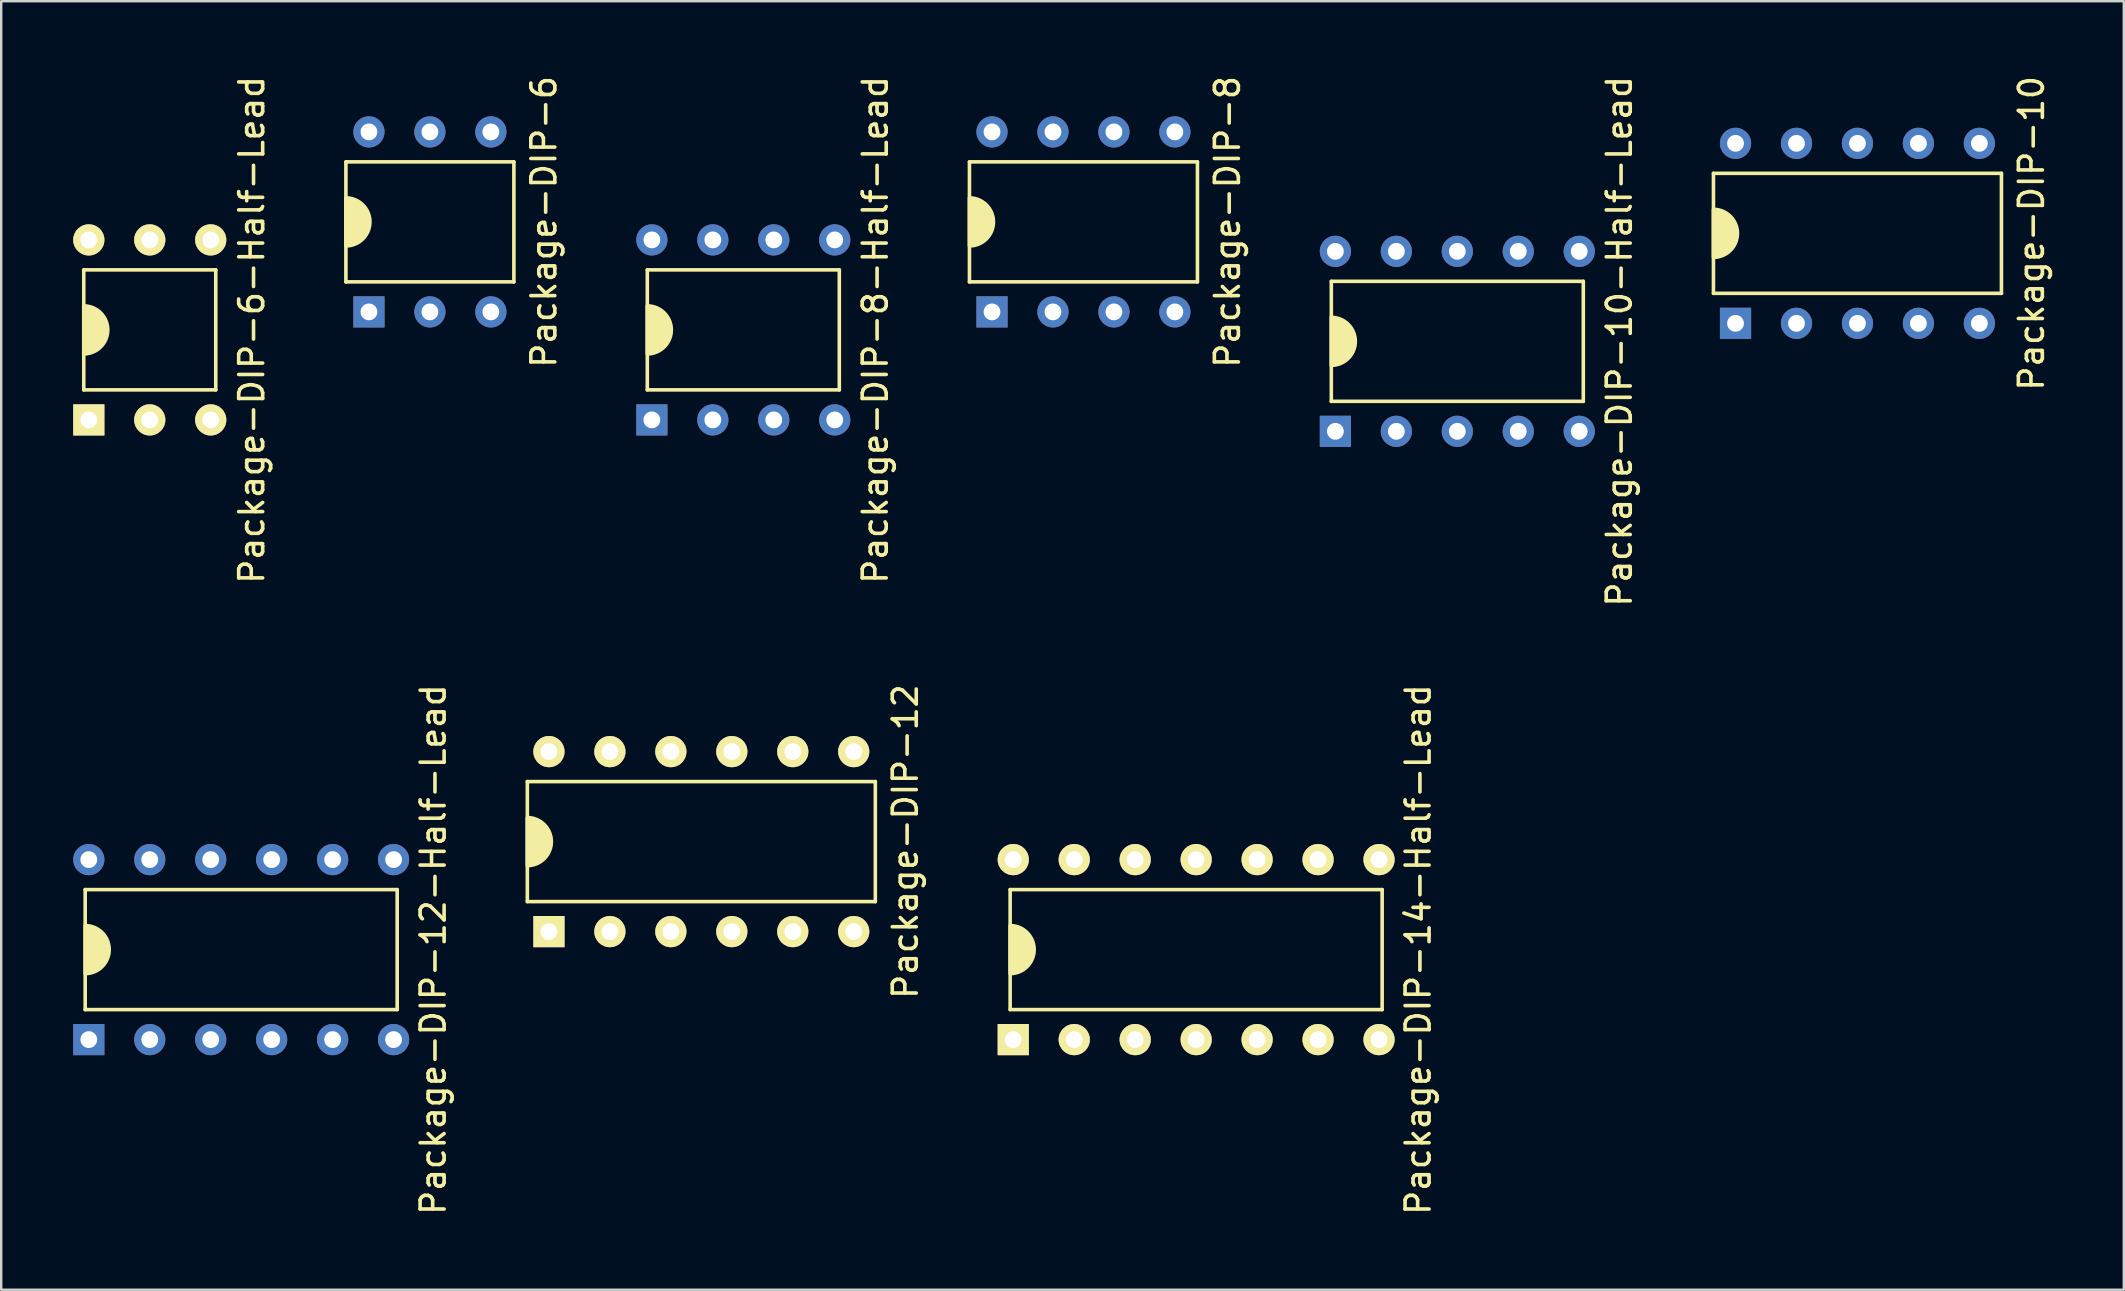
<source format=kicad_pcb>
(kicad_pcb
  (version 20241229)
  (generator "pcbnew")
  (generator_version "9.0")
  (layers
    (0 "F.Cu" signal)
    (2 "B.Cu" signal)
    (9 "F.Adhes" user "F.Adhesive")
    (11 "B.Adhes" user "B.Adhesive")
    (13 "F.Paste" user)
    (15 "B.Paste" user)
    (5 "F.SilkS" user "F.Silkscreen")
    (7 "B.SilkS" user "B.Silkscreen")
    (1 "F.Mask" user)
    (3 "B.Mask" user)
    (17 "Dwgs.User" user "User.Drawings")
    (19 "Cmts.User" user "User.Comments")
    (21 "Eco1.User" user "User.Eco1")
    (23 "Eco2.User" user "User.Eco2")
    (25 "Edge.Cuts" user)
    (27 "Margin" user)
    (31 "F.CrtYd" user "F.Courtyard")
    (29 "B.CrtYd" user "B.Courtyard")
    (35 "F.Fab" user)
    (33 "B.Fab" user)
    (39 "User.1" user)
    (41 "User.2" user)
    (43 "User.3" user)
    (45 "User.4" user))
  (footprint "Package-DIP-14-Half-Lead"
    (layer "F.Cu")
    (at 46.791 36.518)
    (property "Reference" "Package-DIP-14-Half-Lead" (at 9.25 0 90) (layer "F.SilkS") (effects (font (size 1 1) (thickness 0.15))))
    (attr through_hole)
    (fp_line (start -7.75 -2.5) (end 7.75 -2.5) (stroke (width 0.15) (type solid)) (layer "F.SilkS"))
    (fp_line (start -7.75 2.5) (end -7.75 -2.5) (stroke (width 0.15) (type solid)) (layer "F.SilkS"))
    (fp_line (start 7.75 -2.5) (end 7.75 2.5) (stroke (width 0.15) (type solid)) (layer "F.SilkS"))
    (fp_line (start 7.75 2.5) (end -7.75 2.5) (stroke (width 0.15) (type solid)) (layer "F.SilkS"))
    (fp_poly (pts (arc (start -7.75 -1) (mid -6.75 0) (end -7.75 1))) (stroke (width 0.15) (type solid)) (fill yes) (layer "F.SilkS"))
    (pad "1" thru_hole rect (at -7.62 3.75) (size 1.3 1.3) (drill 0.7) (layers "*.Cu" "*.Mask" "F.SilkS"))
    (pad "2" thru_hole circle (at -5.08 3.75) (size 1.3 1.3) (drill 0.7) (layers "*.Cu" "*.Mask" "F.SilkS"))
    (pad "3" thru_hole circle (at -2.54 3.75) (size 1.3 1.3) (drill 0.7) (layers "*.Cu" "*.Mask" "F.SilkS"))
    (pad "4" thru_hole circle (at 0 3.75) (size 1.3 1.3) (drill 0.7) (layers "*.Cu" "*.Mask" "F.SilkS"))
    (pad "5" thru_hole circle (at 2.54 3.75) (size 1.3 1.3) (drill 0.7) (layers "*.Cu" "*.Mask" "F.SilkS"))
    (pad "6" thru_hole circle (at 5.08 3.75) (size 1.3 1.3) (drill 0.7) (layers "*.Cu" "*.Mask" "F.SilkS"))
    (pad "7" thru_hole circle (at 7.62 3.75) (size 1.3 1.3) (drill 0.7) (layers "*.Cu" "*.Mask" "F.SilkS"))
    (pad "8" thru_hole circle (at 7.62 -3.75) (size 1.3 1.3) (drill 0.7) (layers "*.Cu" "*.Mask" "F.SilkS"))
    (pad "9" thru_hole circle (at 5.08 -3.75) (size 1.3 1.3) (drill 0.7) (layers "*.Cu" "*.Mask" "F.SilkS"))
    (pad "10" thru_hole circle (at 2.54 -3.75) (size 1.3 1.3) (drill 0.7) (layers "*.Cu" "*.Mask" "F.SilkS"))
    (pad "11" thru_hole circle (at 0 -3.75) (size 1.3 1.3) (drill 0.7) (layers "*.Cu" "*.Mask" "F.SilkS"))
    (pad "12" thru_hole circle (at -2.54 -3.75) (size 1.3 1.3) (drill 0.7) (layers "*.Cu" "*.Mask" "F.SilkS"))
    (pad "13" thru_hole circle (at -5.08 -3.75) (size 1.3 1.3) (drill 0.7) (layers "*.Cu" "*.Mask" "F.SilkS"))
    (pad "14" thru_hole circle (at -7.62 -3.75) (size 1.3 1.3) (drill 0.7) (layers "*.Cu" "*.Mask" "F.SilkS")))
  (footprint "Package-DIP-6"
    (layer "F.Cu")
    (at 14.863 6.196)
    (property "Reference" "Package-DIP-6" (at 4.75 0 90) (layer "F.SilkS") (effects (font (size 1 1) (thickness 0.15))))
    (attr through_hole)
    (fp_line (start -3.5 -2.5) (end 3.5 -2.5) (stroke (width 0.15) (type solid)) (layer "F.SilkS"))
    (fp_line (start -3.5 2.5) (end -3.5 -2.5) (stroke (width 0.15) (type solid)) (layer "F.SilkS"))
    (fp_line (start 3.5 -2.5) (end 3.5 2.5) (stroke (width 0.15) (type solid)) (layer "F.SilkS"))
    (fp_line (start 3.5 2.5) (end -3.5 2.5) (stroke (width 0.15) (type solid)) (layer "F.SilkS"))
    (fp_poly (pts (arc (start -3.5 -1) (mid -2.5 0) (end -3.5 1))) (stroke (width 0.15) (type solid)) (fill yes) (layer "F.SilkS"))
    (pad "1" thru_hole rect (at -2.54 3.75) (size 1.3 1.3) (drill 0.7) (layers "*.Cu" "*.Mask"))
    (pad "2" thru_hole circle (at 0 3.75) (size 1.3 1.3) (drill 0.7) (layers "*.Cu" "*.Mask"))
    (pad "3" thru_hole circle (at 2.54 3.75) (size 1.3 1.3) (drill 0.7) (layers "*.Cu" "*.Mask"))
    (pad "4" thru_hole circle (at 2.54 -3.75) (size 1.3 1.3) (drill 0.7) (layers "*.Cu" "*.Mask"))
    (pad "5" thru_hole circle (at 0 -3.75) (size 1.3 1.3) (drill 0.7) (layers "*.Cu" "*.Mask"))
    (pad "6" thru_hole circle (at -2.54 -3.75) (size 1.3 1.3) (drill 0.7) (layers "*.Cu" "*.Mask")))
  (footprint "Package-DIP-10"
    (layer "F.Cu")
    (at 74.346 6.673)
    (property "Reference" "Package-DIP-10" (at 7.25 0 90) (layer "F.SilkS") (effects (font (size 1 1) (thickness 0.15))))
    (attr through_hole)
    (fp_line (start -6 -2.5) (end 6 -2.5) (stroke (width 0.15) (type solid)) (layer "F.SilkS"))
    (fp_line (start -6 2.5) (end -6 -2.5) (stroke (width 0.15) (type solid)) (layer "F.SilkS"))
    (fp_line (start 6 -2.5) (end 6 2.5) (stroke (width 0.15) (type solid)) (layer "F.SilkS"))
    (fp_line (start 6 2.5) (end -6 2.5) (stroke (width 0.15) (type solid)) (layer "F.SilkS"))
    (fp_poly (pts (arc (start -6 -1) (mid -5 0) (end -6 1))) (stroke (width 0.15) (type solid)) (fill yes) (layer "F.SilkS"))
    (pad "1" thru_hole rect (at -5.08 3.75) (size 1.3 1.3) (drill 0.7) (layers "*.Cu" "*.Mask"))
    (pad "2" thru_hole circle (at -2.54 3.75) (size 1.3 1.3) (drill 0.7) (layers "*.Cu" "*.Mask"))
    (pad "3" thru_hole circle (at 0 3.75) (size 1.3 1.3) (drill 0.7) (layers "*.Cu" "*.Mask"))
    (pad "4" thru_hole circle (at 2.54 3.75) (size 1.3 1.3) (drill 0.7) (layers "*.Cu" "*.Mask"))
    (pad "5" thru_hole circle (at 5.08 3.75) (size 1.3 1.3) (drill 0.7) (layers "*.Cu" "*.Mask"))
    (pad "6" thru_hole circle (at 5.08 -3.75) (size 1.3 1.3) (drill 0.7) (layers "*.Cu" "*.Mask"))
    (pad "7" thru_hole circle (at 2.54 -3.75) (size 1.3 1.3) (drill 0.7) (layers "*.Cu" "*.Mask"))
    (pad "8" thru_hole circle (at 0 -3.75) (size 1.3 1.3) (drill 0.7) (layers "*.Cu" "*.Mask"))
    (pad "9" thru_hole circle (at -2.54 -3.75) (size 1.3 1.3) (drill 0.7) (layers "*.Cu" "*.Mask"))
    (pad "10" thru_hole circle (at -5.08 -3.75) (size 1.3 1.3) (drill 0.7) (layers "*.Cu" "*.Mask")))
  (footprint "Package-DIP-12"
    (layer "F.Cu")
    (at 26.173 32.018)
    (property "Reference" "Package-DIP-12" (at 8.5 0 90) (layer "F.SilkS") (effects (font (size 1 1) (thickness 0.15))))
    (attr through_hole)
    (fp_line (start -7.25 -2.5) (end 7.25 -2.5) (stroke (width 0.15) (type solid)) (layer "F.SilkS"))
    (fp_line (start -7.25 2.5) (end -7.25 -2.5) (stroke (width 0.15) (type solid)) (layer "F.SilkS"))
    (fp_line (start 7.25 -2.5) (end 7.25 2.5) (stroke (width 0.15) (type solid)) (layer "F.SilkS"))
    (fp_line (start 7.25 2.5) (end -7.25 2.5) (stroke (width 0.15) (type solid)) (layer "F.SilkS"))
    (fp_poly (pts (arc (start -7.25 -1) (mid -6.25 0) (end -7.25 1))) (stroke (width 0.15) (type solid)) (fill yes) (layer "F.SilkS"))
    (pad "1" thru_hole rect (at -6.35 3.75) (size 1.3 1.3) (drill 0.7) (layers "*.Cu" "*.Mask" "F.SilkS"))
    (pad "2" thru_hole circle (at -3.81 3.75) (size 1.3 1.3) (drill 0.7) (layers "*.Cu" "*.Mask" "F.SilkS"))
    (pad "3" thru_hole circle (at -1.27 3.75) (size 1.3 1.3) (drill 0.7) (layers "*.Cu" "*.Mask" "F.SilkS"))
    (pad "4" thru_hole circle (at 1.27 3.75) (size 1.3 1.3) (drill 0.7) (layers "*.Cu" "*.Mask" "F.SilkS"))
    (pad "5" thru_hole circle (at 3.81 3.75) (size 1.3 1.3) (drill 0.7) (layers "*.Cu" "*.Mask" "F.SilkS"))
    (pad "6" thru_hole circle (at 6.35 3.75) (size 1.3 1.3) (drill 0.7) (layers "*.Cu" "*.Mask" "F.SilkS"))
    (pad "7" thru_hole circle (at 6.35 -3.75) (size 1.3 1.3) (drill 0.7) (layers "*.Cu" "*.Mask" "F.SilkS"))
    (pad "8" thru_hole circle (at 3.81 -3.75) (size 1.3 1.3) (drill 0.7) (layers "*.Cu" "*.Mask" "F.SilkS"))
    (pad "9" thru_hole circle (at 1.27 -3.75) (size 1.3 1.3) (drill 0.7) (layers "*.Cu" "*.Mask" "F.SilkS"))
    (pad "10" thru_hole circle (at -1.27 -3.75) (size 1.3 1.3) (drill 0.7) (layers "*.Cu" "*.Mask" "F.SilkS"))
    (pad "11" thru_hole circle (at -3.81 -3.75) (size 1.3 1.3) (drill 0.7) (layers "*.Cu" "*.Mask" "F.SilkS"))
    (pad "12" thru_hole circle (at -6.35 -3.75) (size 1.3 1.3) (drill 0.7) (layers "*.Cu" "*.Mask" "F.SilkS")))
  (footprint "Package-DIP-10-Half-Lead"
    (layer "F.Cu")
    (at 57.673 11.173)
    (property "Reference" "Package-DIP-10-Half-Lead" (at 6.75 0 90) (layer "F.SilkS") (effects (font (size 1 1) (thickness 0.15))))
    (attr through_hole)
    (fp_line (start -5.25 -2.5) (end 5.25 -2.5) (stroke (width 0.15) (type solid)) (layer "F.SilkS"))
    (fp_line (start -5.25 2.5) (end -5.25 -2.5) (stroke (width 0.15) (type solid)) (layer "F.SilkS"))
    (fp_line (start 5.25 -2.5) (end 5.25 2.5) (stroke (width 0.15) (type solid)) (layer "F.SilkS"))
    (fp_line (start 5.25 2.5) (end -5.25 2.5) (stroke (width 0.15) (type solid)) (layer "F.SilkS"))
    (fp_poly (pts (arc (start -5.25 -1) (mid -4.25 0) (end -5.25 1))) (stroke (width 0.15) (type solid)) (fill yes) (layer "F.SilkS"))
    (pad "1" thru_hole rect (at -5.08 3.75) (size 1.3 1.3) (drill 0.7) (layers "*.Cu" "*.Mask"))
    (pad "2" thru_hole circle (at -2.54 3.75) (size 1.3 1.3) (drill 0.7) (layers "*.Cu" "*.Mask"))
    (pad "3" thru_hole circle (at 0 3.75) (size 1.3 1.3) (drill 0.7) (layers "*.Cu" "*.Mask"))
    (pad "4" thru_hole circle (at 2.54 3.75) (size 1.3 1.3) (drill 0.7) (layers "*.Cu" "*.Mask"))
    (pad "5" thru_hole circle (at 5.08 3.75) (size 1.3 1.3) (drill 0.7) (layers "*.Cu" "*.Mask"))
    (pad "6" thru_hole circle (at 5.08 -3.75) (size 1.3 1.3) (drill 0.7) (layers "*.Cu" "*.Mask"))
    (pad "7" thru_hole circle (at 2.54 -3.75) (size 1.3 1.3) (drill 0.7) (layers "*.Cu" "*.Mask"))
    (pad "8" thru_hole circle (at 0 -3.75) (size 1.3 1.3) (drill 0.7) (layers "*.Cu" "*.Mask"))
    (pad "9" thru_hole circle (at -2.54 -3.75) (size 1.3 1.3) (drill 0.7) (layers "*.Cu" "*.Mask"))
    (pad "10" thru_hole circle (at -5.08 -3.75) (size 1.3 1.3) (drill 0.7) (layers "*.Cu" "*.Mask")))
  (footprint "Package-DIP-8-Half-Lead"
    (layer "F.Cu")
    (at 27.922 10.696)
    (property "Reference" "Package-DIP-8-Half-Lead" (at 5.5 0 90) (layer "F.SilkS") (effects (font (size 1 1) (thickness 0.15))))
    (attr through_hole)
    (fp_line (start -4 -2.5) (end 4 -2.5) (stroke (width 0.15) (type solid)) (layer "F.SilkS"))
    (fp_line (start -4 2.5) (end -4 -2.5) (stroke (width 0.15) (type solid)) (layer "F.SilkS"))
    (fp_line (start 4 -2.5) (end 4 2.5) (stroke (width 0.15) (type solid)) (layer "F.SilkS"))
    (fp_line (start 4 2.5) (end -4 2.5) (stroke (width 0.15) (type solid)) (layer "F.SilkS"))
    (fp_poly (pts (arc (start -4 1) (mid -3 0) (end -4 -1))) (stroke (width 0.15) (type solid)) (fill yes) (layer "F.SilkS"))
    (pad "1" thru_hole rect (at -3.81 3.75) (size 1.3 1.3) (drill 0.7) (layers "*.Cu" "*.Mask"))
    (pad "2" thru_hole circle (at -1.27 3.75) (size 1.3 1.3) (drill 0.7) (layers "*.Cu" "*.Mask"))
    (pad "3" thru_hole circle (at 1.27 3.75) (size 1.3 1.3) (drill 0.7) (layers "*.Cu" "*.Mask"))
    (pad "4" thru_hole circle (at 3.81 3.75) (size 1.3 1.3) (drill 0.7) (layers "*.Cu" "*.Mask"))
    (pad "5" thru_hole circle (at 3.81 -3.75) (size 1.3 1.3) (drill 0.7) (layers "*.Cu" "*.Mask"))
    (pad "6" thru_hole circle (at 1.27 -3.75) (size 1.3 1.3) (drill 0.7) (layers "*.Cu" "*.Mask"))
    (pad "7" thru_hole circle (at -1.27 -3.75) (size 1.3 1.3) (drill 0.7) (layers "*.Cu" "*.Mask"))
    (pad "8" thru_hole circle (at -3.81 -3.75) (size 1.3 1.3) (drill 0.7) (layers "*.Cu" "*.Mask")))
  (footprint "Package-DIP-12-Half-Lead"
    (layer "F.Cu")
    (at 7 36.518)
    (property "Reference" "Package-DIP-12-Half-Lead" (at 8 0 90) (layer "F.SilkS") (effects (font (size 1 1) (thickness 0.15))))
    (attr through_hole)
    (fp_line (start -6.5 -2.5) (end 6.5 -2.5) (stroke (width 0.15) (type solid)) (layer "F.SilkS"))
    (fp_line (start -6.5 2.5) (end -6.5 -2.5) (stroke (width 0.15) (type solid)) (layer "F.SilkS"))
    (fp_line (start 6.5 -2.5) (end 6.5 2.5) (stroke (width 0.15) (type solid)) (layer "F.SilkS"))
    (fp_line (start 6.5 2.5) (end -6.5 2.5) (stroke (width 0.15) (type solid)) (layer "F.SilkS"))
    (fp_poly (pts (arc (start -6.5 -1) (mid -5.5 0) (end -6.5 1))) (stroke (width 0.15) (type solid)) (fill yes) (layer "F.SilkS"))
    (pad "1" thru_hole rect (at -6.35 3.75) (size 1.3 1.3) (drill 0.7) (layers "*.Cu" "*.Mask"))
    (pad "2" thru_hole circle (at -3.81 3.75) (size 1.3 1.3) (drill 0.7) (layers "*.Cu" "*.Mask"))
    (pad "3" thru_hole circle (at -1.27 3.75) (size 1.3 1.3) (drill 0.7) (layers "*.Cu" "*.Mask"))
    (pad "4" thru_hole circle (at 1.27 3.75) (size 1.3 1.3) (drill 0.7) (layers "*.Cu" "*.Mask"))
    (pad "5" thru_hole circle (at 3.81 3.75) (size 1.3 1.3) (drill 0.7) (layers "*.Cu" "*.Mask"))
    (pad "6" thru_hole circle (at 6.35 3.75) (size 1.3 1.3) (drill 0.7) (layers "*.Cu" "*.Mask"))
    (pad "7" thru_hole circle (at 6.35 -3.75) (size 1.3 1.3) (drill 0.7) (layers "*.Cu" "*.Mask"))
    (pad "8" thru_hole circle (at 3.81 -3.75) (size 1.3 1.3) (drill 0.7) (layers "*.Cu" "*.Mask"))
    (pad "9" thru_hole circle (at 1.27 -3.75) (size 1.3 1.3) (drill 0.7) (layers "*.Cu" "*.Mask"))
    (pad "10" thru_hole circle (at -1.27 -3.75) (size 1.3 1.3) (drill 0.7) (layers "*.Cu" "*.Mask"))
    (pad "11" thru_hole circle (at -3.81 -3.75) (size 1.3 1.3) (drill 0.7) (layers "*.Cu" "*.Mask"))
    (pad "12" thru_hole circle (at -6.35 -3.75) (size 1.3 1.3) (drill 0.7) (layers "*.Cu" "*.Mask")))
  (footprint "Package-DIP-6-Half-Lead"
    (layer "F.Cu")
    (at 3.19 10.696)
    (property "Reference" "Package-DIP-6-Half-Lead" (at 4.25 0 90) (layer "F.SilkS") (effects (font (size 1 1) (thickness 0.15))))
    (attr through_hole)
    (fp_line (start -2.75 -2.5) (end 2.75 -2.5) (stroke (width 0.15) (type solid)) (layer "F.SilkS"))
    (fp_line (start -2.75 2.5) (end -2.75 -2.5) (stroke (width 0.15) (type solid)) (layer "F.SilkS"))
    (fp_line (start 2.75 -2.5) (end 2.75 2.5) (stroke (width 0.15) (type solid)) (layer "F.SilkS"))
    (fp_line (start 2.75 2.5) (end -2.75 2.5) (stroke (width 0.15) (type solid)) (layer "F.SilkS"))
    (fp_poly (pts (arc (start -2.75 -1) (mid -1.75 0) (end -2.75 1))) (stroke (width 0.15) (type solid)) (fill yes) (layer "F.SilkS"))
    (pad "1" thru_hole rect (at -2.54 3.75) (size 1.3 1.3) (drill 0.7) (layers "*.Cu" "*.Mask" "F.SilkS"))
    (pad "2" thru_hole circle (at 0 3.75) (size 1.3 1.3) (drill 0.7) (layers "*.Cu" "*.Mask" "F.SilkS"))
    (pad "3" thru_hole circle (at 2.54 3.75) (size 1.3 1.3) (drill 0.7) (layers "*.Cu" "*.Mask" "F.SilkS"))
    (pad "4" thru_hole circle (at 2.54 -3.75) (size 1.3 1.3) (drill 0.7) (layers "*.Cu" "*.Mask" "F.SilkS"))
    (pad "5" thru_hole circle (at 0 -3.75) (size 1.3 1.3) (drill 0.7) (layers "*.Cu" "*.Mask" "F.SilkS"))
    (pad "6" thru_hole circle (at -2.54 -3.75) (size 1.3 1.3) (drill 0.7) (layers "*.Cu" "*.Mask" "F.SilkS")))
  (footprint "Package-DIP-8"
    (layer "F.Cu")
    (at 42.095 6.196)
    (property "Reference" "Package-DIP-8" (at 6 0 90) (layer "F.SilkS") (effects (font (size 1 1) (thickness 0.15))))
    (attr through_hole)
    (fp_line (start -4.75 -2.5) (end 4.75 -2.5) (stroke (width 0.15) (type solid)) (layer "F.SilkS"))
    (fp_line (start -4.75 2.5) (end -4.75 -2.5) (stroke (width 0.15) (type solid)) (layer "F.SilkS"))
    (fp_line (start 4.75 -2.5) (end 4.75 2.5) (stroke (width 0.15) (type solid)) (layer "F.SilkS"))
    (fp_line (start 4.75 2.5) (end -4.75 2.5) (stroke (width 0.15) (type solid)) (layer "F.SilkS"))
    (fp_poly (pts (arc (start -4.75 1) (mid -3.75 0) (end -4.75 -1))) (stroke (width 0.15) (type solid)) (fill yes) (layer "F.SilkS"))
    (pad "1" thru_hole rect (at -3.81 3.75) (size 1.3 1.3) (drill 0.7) (layers "*.Cu" "*.Mask"))
    (pad "2" thru_hole circle (at -1.27 3.75) (size 1.3 1.3) (drill 0.7) (layers "*.Cu" "*.Mask"))
    (pad "3" thru_hole circle (at 1.27 3.75) (size 1.3 1.3) (drill 0.7) (layers "*.Cu" "*.Mask"))
    (pad "4" thru_hole circle (at 3.81 3.75) (size 1.3 1.3) (drill 0.7) (layers "*.Cu" "*.Mask"))
    (pad "5" thru_hole circle (at 3.81 -3.75) (size 1.3 1.3) (drill 0.7) (layers "*.Cu" "*.Mask"))
    (pad "6" thru_hole circle (at 1.27 -3.75) (size 1.3 1.3) (drill 0.7) (layers "*.Cu" "*.Mask"))
    (pad "7" thru_hole circle (at -1.27 -3.75) (size 1.3 1.3) (drill 0.7) (layers "*.Cu" "*.Mask"))
    (pad "8" thru_hole circle (at -3.81 -3.75) (size 1.3 1.3) (drill 0.7) (layers "*.Cu" "*.Mask")))
  (gr_rect
    (start -3 -3)
    (end 85.445 50.69)
    (stroke (width 0.1) (type default))
    (fill no)
    (layer "Edge.Cuts")))
</source>
